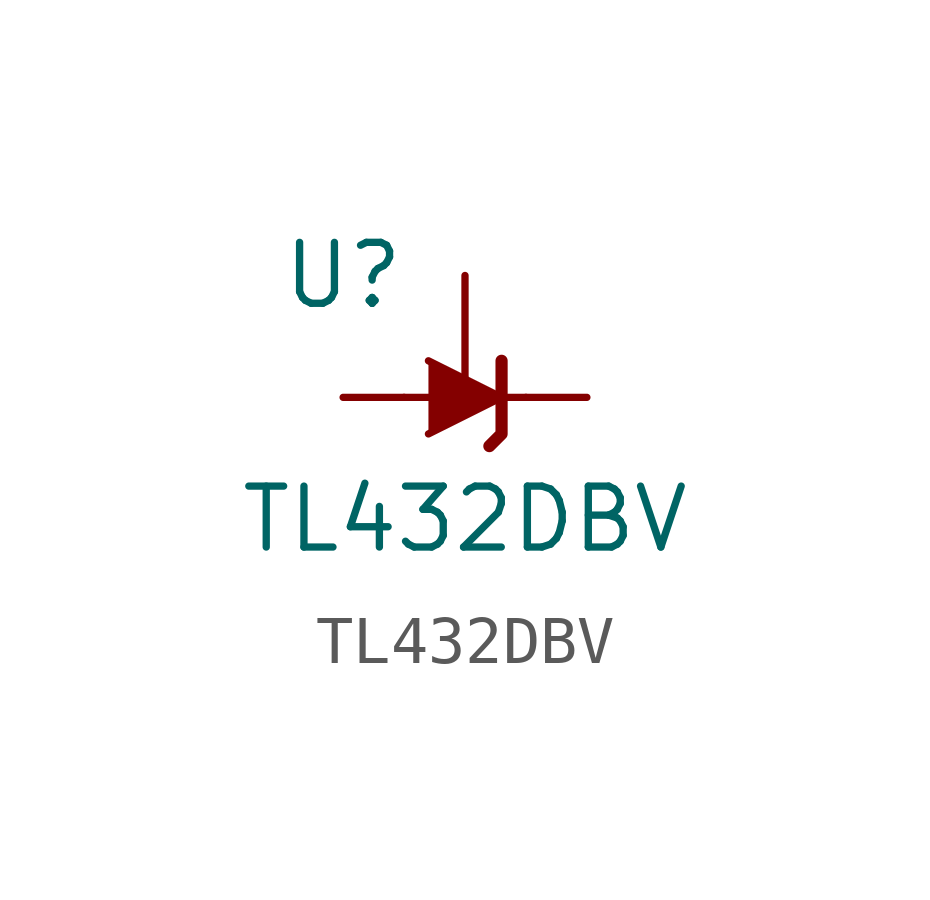
<source format=kicad_sym>
(kicad_symbol_lib
  (version 20220914)
  (generator kicad_symbol_editor)
  (symbol "TL432DBV"
    (pin_numbers hide)
    (pin_names hide)
    (property "Reference" "U"
      (at -2.54 2.54 0)
      (effects (font (size 1.27 1.27))))
    (property "Value" "TL432DBV"
      (at 0 -2.54 0)
      (effects (font (size 1.27 1.27))))
    (symbol "TL432DBV_0_1"
      (polyline (pts (xy -1.27 0) (xy 0 0) (xy 1.27 0)) (stroke (width 0) (type default)) (fill (type none)))
      (polyline (pts (xy -0.762 0.762) (xy 0.762 0) (xy -0.762 -0.762)) (stroke (width 0) (type default)) (fill (type outline)))
      (polyline (pts (xy 0.508 -1.016) (xy 0.762 -0.762) (xy 0.762 0.762) (xy 0.762 0.762)) (stroke (width 0.254) (type default)) (fill (type none))))
    (symbol "TL432DBV_1_1"
      (pin passive line (at -2.54 0 0) (length 1.27) (name "A" (effects (font (size 1.27 1.27)))) (number "2" (effects (font (size 1.27 1.27)))))
      (pin passive line (at 2.54 0 180) (length 1.27) (name "K" (effects (font (size 1.27 1.27)))) (number "4" (effects (font (size 1.27 1.27)))))
      (pin passive line (at 0 2.54 270) (length 2.54) (name "REF" (effects (font (size 1.27 1.27)))) (number "5" (effects (font (size 1.27 1.27))))))))
</source>
